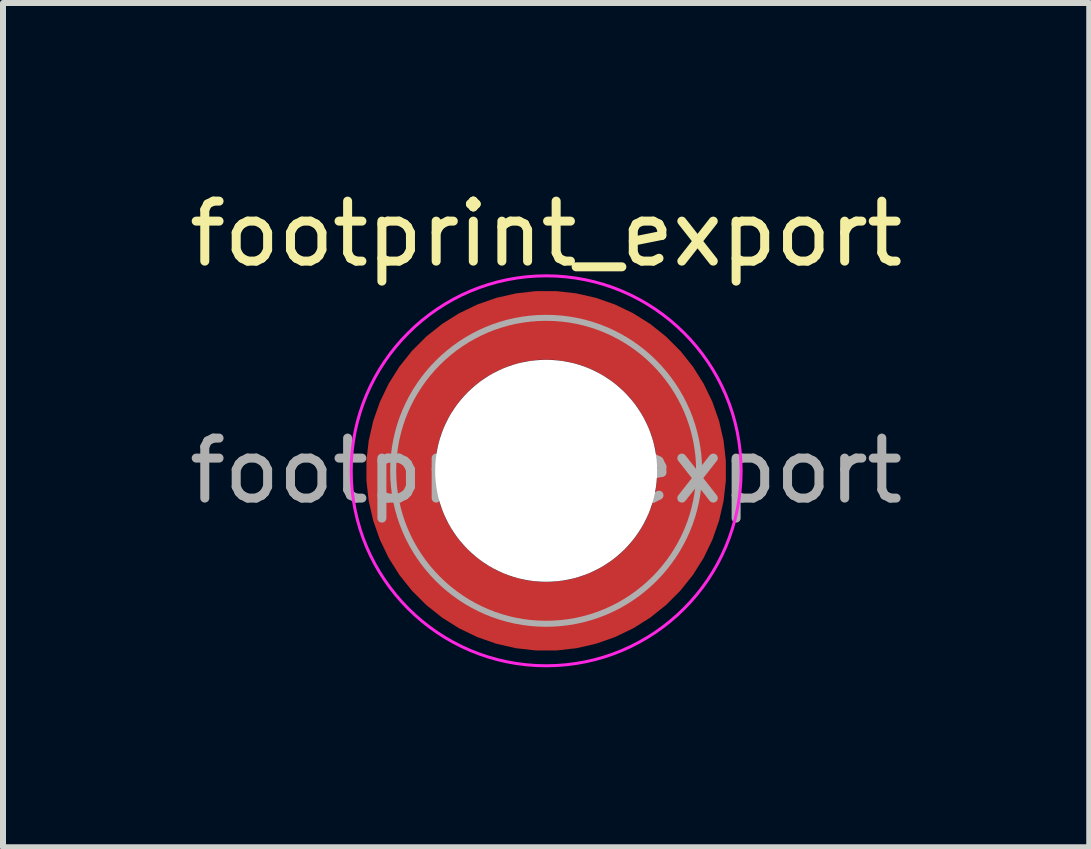
<source format=kicad_pcb>
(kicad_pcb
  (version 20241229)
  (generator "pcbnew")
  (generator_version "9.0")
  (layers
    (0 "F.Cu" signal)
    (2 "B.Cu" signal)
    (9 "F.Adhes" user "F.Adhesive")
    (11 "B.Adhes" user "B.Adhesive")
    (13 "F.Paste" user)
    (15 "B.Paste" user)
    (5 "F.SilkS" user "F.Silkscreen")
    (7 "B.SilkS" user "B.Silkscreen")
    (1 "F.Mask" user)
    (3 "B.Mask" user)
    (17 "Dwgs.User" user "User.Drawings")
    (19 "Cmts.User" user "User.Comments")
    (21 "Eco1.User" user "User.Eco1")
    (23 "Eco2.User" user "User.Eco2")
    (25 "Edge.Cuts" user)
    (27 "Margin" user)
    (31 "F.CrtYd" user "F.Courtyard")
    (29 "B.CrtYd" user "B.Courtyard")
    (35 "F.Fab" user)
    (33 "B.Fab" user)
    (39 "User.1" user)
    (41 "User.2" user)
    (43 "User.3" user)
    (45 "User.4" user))
  (footprint "footprint_export"
    (layer "F.Cu")
    (at 6.054 4.798)
    (property "Reference" "footprint_export" (at 0 -3.95 0) (layer "F.SilkS") (effects (font (size 1 1) (thickness 0.15))))
    (attr smd)
    (fp_circle (center 0 0) (end 3.25 0) (stroke (width 0.05) (type solid)) (fill no) (layer "F.CrtYd"))
    (fp_circle (center 0 0) (end 2.55 0) (stroke (width 0.1) (type solid)) (fill no) (layer "F.Fab"))
    (fp_text user "${REFERENCE}" (at 0 0 0) (layer "F.Fab") (effects (font (size 1 1) (thickness 0.15))))
    (pad "" smd custom (at -1.704 -1.704) (size 0.62 0.62) (layers "F.Paste") (options (anchor circle)) (primitives (gr_arc (start -0.250195 1.279127) (mid 0.289146 0.290681) (end 1.277006 -0.249732) (width 0.2)) (gr_arc (start -0.34334 1.279127) (mid 0.224883 0.226093) (end 1.277452 -0.342992) (width 0.2)) (gr_arc (start -0.436309 1.279127) (mid 0.160537 0.16159) (end 1.277666 -0.436018) (width 0.2)) (gr_arc (start -0.529126 1.279127) (mid 0.095932 0.097343) (end 1.277167 -0.528752) (width 0.2)) (gr_arc (start -0.621807 1.279127) (mid 0.0309 0.033527) (end 1.275473 -0.621136) (width 0.2)) (gr_arc (start -0.71437 1.279127) (mid -0.03322 -0.031206) (end 1.276322 -0.713875) (width 0.2)) (gr_arc (start -0.806826 1.279127) (mid -0.097997 -0.095278) (end 1.275336 -0.806181) (width 0.2)) (gr_arc (start -0.899187 1.279127) (mid -0.161977 -0.160149) (end 1.276577 -0.898769) (width 0.2)) (gr_arc (start -0.991463 1.279127) (mid -0.226842 -0.224133) (end 1.275343 -0.990864) (width 0.2)) (gr_arc (start -1.083663 1.279127) (mid -0.291026 -0.288801) (end 1.276016 -1.083187) (width 0.2)) (gr_line (start 1.279 -0.25) (end 1.279 -1.084) (width 0.2)) (gr_line (start -0.25 1.279) (end -1.084 1.279) (width 0.2))))
    (pad "" smd custom (at -1.704 1.704) (size 0.62 0.62) (layers "F.Paste") (options (anchor circle)) (primitives (gr_arc (start 1.279127 0.250195) (mid 0.290681 -0.289146) (end -0.249732 -1.277006) (width 0.2)) (gr_arc (start 1.279127 0.34334) (mid 0.226093 -0.224883) (end -0.342992 -1.277452) (width 0.2)) (gr_arc (start 1.279127 0.436309) (mid 0.16159 -0.160537) (end -0.436018 -1.277666) (width 0.2)) (gr_arc (start 1.279127 0.529126) (mid 0.097343 -0.095932) (end -0.528752 -1.277167) (width 0.2)) (gr_arc (start 1.279127 0.621807) (mid 0.033527 -0.0309) (end -0.621136 -1.275473) (width 0.2)) (gr_arc (start 1.279127 0.71437) (mid -0.031206 0.03322) (end -0.713875 -1.276322) (width 0.2)) (gr_arc (start 1.279127 0.806826) (mid -0.095278 0.097997) (end -0.806181 -1.275336) (width 0.2)) (gr_arc (start 1.279127 0.899187) (mid -0.160149 0.161977) (end -0.898769 -1.276577) (width 0.2)) (gr_arc (start 1.279127 0.991463) (mid -0.224133 0.226842) (end -0.990864 -1.275343) (width 0.2)) (gr_arc (start 1.279127 1.083663) (mid -0.288801 0.291026) (end -1.083187 -1.276016) (width 0.2)) (gr_line (start -0.25 -1.279) (end -1.084 -1.279) (width 0.2)) (gr_line (start 1.279 0.25) (end 1.279 1.084) (width 0.2))))
    (pad "" np_thru_hole circle (at 0 0) (size 3.7 3.7) (drill 3.7) (layers "*.Cu" "*.Mask"))
    (pad "" smd custom (at 1.704 -1.704) (size 0.62 0.62) (layers "F.Paste") (options (anchor circle)) (primitives (gr_arc (start -1.279127 -0.250195) (mid -0.290681 0.289146) (end 0.249732 1.277006) (width 0.2)) (gr_arc (start -1.279127 -0.34334) (mid -0.226093 0.224883) (end 0.342992 1.277452) (width 0.2)) (gr_arc (start -1.279127 -0.436309) (mid -0.16159 0.160537) (end 0.436018 1.277666) (width 0.2)) (gr_arc (start -1.279127 -0.529126) (mid -0.097343 0.095932) (end 0.528752 1.277167) (width 0.2)) (gr_arc (start -1.279127 -0.621807) (mid -0.033527 0.0309) (end 0.621136 1.275473) (width 0.2)) (gr_arc (start -1.279127 -0.71437) (mid 0.031206 -0.03322) (end 0.713875 1.276322) (width 0.2)) (gr_arc (start -1.279127 -0.806826) (mid 0.095278 -0.097997) (end 0.806181 1.275336) (width 0.2)) (gr_arc (start -1.279127 -0.899187) (mid 0.160149 -0.161977) (end 0.898769 1.276577) (width 0.2)) (gr_arc (start -1.279127 -0.991463) (mid 0.224133 -0.226842) (end 0.990864 1.275343) (width 0.2)) (gr_arc (start -1.279127 -1.083663) (mid 0.288801 -0.291026) (end 1.083187 1.276016) (width 0.2)) (gr_line (start 0.25 1.279) (end 1.084 1.279) (width 0.2)) (gr_line (start -1.279 -0.25) (end -1.279 -1.084) (width 0.2))))
    (pad "" smd custom (at 1.704 1.704) (size 0.62 0.62) (layers "F.Paste") (options (anchor circle)) (primitives (gr_arc (start 0.250195 -1.279127) (mid -0.289146 -0.290681) (end -1.277006 0.249732) (width 0.2)) (gr_arc (start 0.34334 -1.279127) (mid -0.224883 -0.226093) (end -1.277452 0.342992) (width 0.2)) (gr_arc (start 0.436309 -1.279127) (mid -0.160537 -0.16159) (end -1.277666 0.436018) (width 0.2)) (gr_arc (start 0.529126 -1.279127) (mid -0.095932 -0.097343) (end -1.277167 0.528752) (width 0.2)) (gr_arc (start 0.621807 -1.279127) (mid -0.0309 -0.033527) (end -1.275473 0.621136) (width 0.2)) (gr_arc (start 0.71437 -1.279127) (mid 0.03322 0.031206) (end -1.276322 0.713875) (width 0.2)) (gr_arc (start 0.806826 -1.279127) (mid 0.097997 0.095278) (end -1.275336 0.806181) (width 0.2)) (gr_arc (start 0.899187 -1.279127) (mid 0.161977 0.160149) (end -1.276577 0.898769) (width 0.2)) (gr_arc (start 0.991463 -1.279127) (mid 0.226842 0.224133) (end -1.275343 0.990864) (width 0.2)) (gr_arc (start 1.083663 -1.279127) (mid 0.291026 0.288801) (end -1.276016 1.083187) (width 0.2)) (gr_line (start -1.279 0.25) (end -1.279 1.084) (width 0.2)) (gr_line (start 0.25 -1.279) (end 1.084 -1.279) (width 0.2))))
    (pad "1" smd circle (at -2.425 0) (size 0.75 0.75) (layers "F.Cu"))
    (pad "1" smd circle (at 0 -2.425) (size 0.75 0.75) (layers "F.Cu"))
    (pad "1" smd circle (at 0 2.425) (size 0.75 0.75) (layers "F.Cu"))
    (pad "1" smd custom (at 2.425 0) (size 0.75 0.75) (layers "F.Cu" "F.Mask") (options (anchor circle)) (primitives (gr_circle (center -2.425 0) (end 0 0) (width 1.15) (fill no)))))
  (gr_rect
    (start -3 -3)
    (end 15.107 11.073)
    (stroke (width 0.1) (type default))
    (fill no)
    (layer "Edge.Cuts")))
</source>
